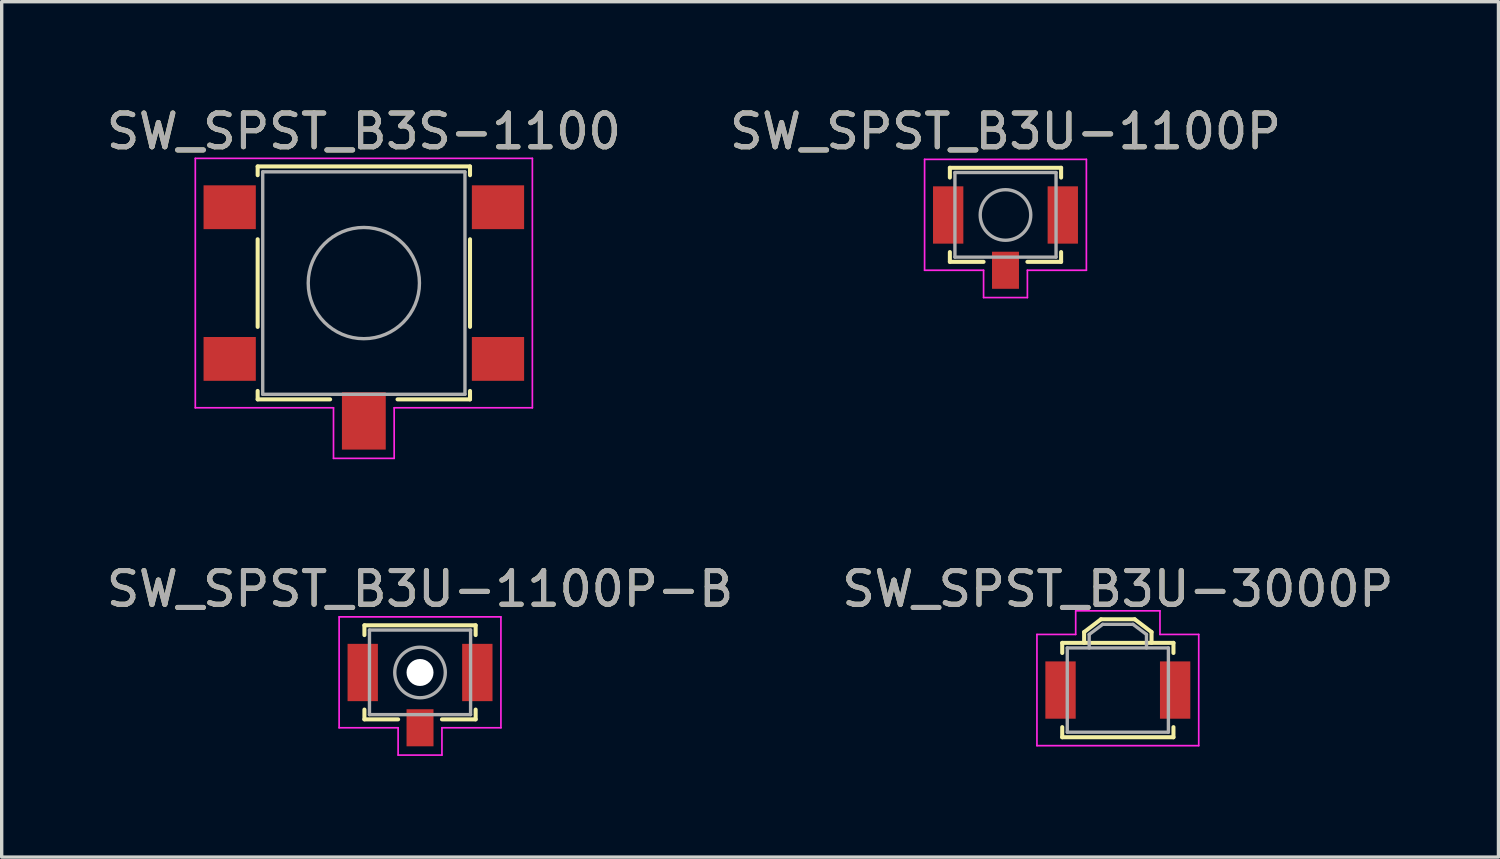
<source format=kicad_pcb>
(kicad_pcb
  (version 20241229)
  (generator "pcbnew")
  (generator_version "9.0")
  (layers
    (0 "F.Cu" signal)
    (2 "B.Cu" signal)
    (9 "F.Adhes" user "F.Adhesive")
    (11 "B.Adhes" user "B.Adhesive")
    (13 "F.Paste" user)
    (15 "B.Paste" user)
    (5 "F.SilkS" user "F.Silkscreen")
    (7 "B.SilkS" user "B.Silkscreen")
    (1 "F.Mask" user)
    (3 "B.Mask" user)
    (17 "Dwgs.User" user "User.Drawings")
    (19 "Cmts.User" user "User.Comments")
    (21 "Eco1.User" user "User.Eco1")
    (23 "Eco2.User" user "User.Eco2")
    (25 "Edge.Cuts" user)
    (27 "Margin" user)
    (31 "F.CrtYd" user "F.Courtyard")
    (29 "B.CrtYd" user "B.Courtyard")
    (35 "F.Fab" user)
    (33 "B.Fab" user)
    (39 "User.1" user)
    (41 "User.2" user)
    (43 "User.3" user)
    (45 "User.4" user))
  (footprint "SW_SPST_B3U-1100P-B"
    (layer "F.Cu")
    (at 9.411 17.721)
    (property "Reference" "SW_SPST_B3U-1100P-B" (at 0 -3.3 0) (layer "F.SilkS") (effects (font (size 1 1) (thickness 0.15))))
    (attr smd)
    (fp_line (start -1.65 -2.22) (end 1.65 -2.22) (stroke (width 0.12) (type solid)) (layer "F.SilkS"))
    (fp_line (start -1.65 -1.93) (end -1.65 -2.22) (stroke (width 0.12) (type solid)) (layer "F.SilkS"))
    (fp_line (start -1.65 0.28) (end -1.65 0.57) (stroke (width 0.12) (type solid)) (layer "F.SilkS"))
    (fp_line (start -1.65 0.57) (end -0.65 0.57) (stroke (width 0.12) (type solid)) (layer "F.SilkS"))
    (fp_line (start 1.65 -2.22) (end 1.65 -1.93) (stroke (width 0.12) (type solid)) (layer "F.SilkS"))
    (fp_line (start 1.65 0.57) (end 0.65 0.57) (stroke (width 0.12) (type solid)) (layer "F.SilkS"))
    (fp_line (start 1.65 0.57) (end 1.65 0.28) (stroke (width 0.12) (type solid)) (layer "F.SilkS"))
    (fp_line (start -2.4 -2.47) (end -2.4 0.82) (stroke (width 0.05) (type solid)) (layer "F.CrtYd"))
    (fp_line (start -2.4 0.82) (end -0.65 0.82) (stroke (width 0.05) (type solid)) (layer "F.CrtYd"))
    (fp_line (start -0.65 0.82) (end -0.65 1.63) (stroke (width 0.05) (type solid)) (layer "F.CrtYd"))
    (fp_line (start -0.65 1.63) (end 0.65 1.63) (stroke (width 0.05) (type solid)) (layer "F.CrtYd"))
    (fp_line (start 0.65 0.82) (end 2.4 0.82) (stroke (width 0.05) (type solid)) (layer "F.CrtYd"))
    (fp_line (start 0.65 1.63) (end 0.65 0.82) (stroke (width 0.05) (type solid)) (layer "F.CrtYd"))
    (fp_line (start 2.4 -2.47) (end -2.4 -2.47) (stroke (width 0.05) (type solid)) (layer "F.CrtYd"))
    (fp_line (start 2.4 0.82) (end 2.4 -2.47) (stroke (width 0.05) (type solid)) (layer "F.CrtYd"))
    (fp_line (start -1.5 -2.08) (end 1.5 -2.08) (stroke (width 0.1) (type solid)) (layer "F.Fab"))
    (fp_line (start -1.5 0.43) (end -1.5 -2.08) (stroke (width 0.1) (type solid)) (layer "F.Fab"))
    (fp_line (start 1.5 -2.08) (end 1.5 0.43) (stroke (width 0.1) (type solid)) (layer "F.Fab"))
    (fp_line (start 1.5 0.43) (end -1.5 0.43) (stroke (width 0.1) (type solid)) (layer "F.Fab"))
    (fp_circle (center 0 -0.82) (end 0.75 -0.82) (stroke (width 0.1) (type solid)) (fill no) (layer "F.Fab"))
    (fp_text user "${REFERENCE}" (at 0 -3.3 0) (layer "F.Fab") (effects (font (size 1 1) (thickness 0.15))))
    (pad "" np_thru_hole circle (at 0 -0.82) (size 0.8 0.8) (drill 0.8) (layers "*.Cu" "*.Mask"))
    (pad "1" smd rect (at -1.7 -0.82) (size 0.9 1.7) (layers "F.Cu" "F.Mask" "F.Paste"))
    (pad "2" smd rect (at 1.7 -0.82) (size 0.9 1.7) (layers "F.Cu" "F.Mask" "F.Paste"))
    (pad "3" smd rect (at 0 0.82) (size 0.8 1.1) (layers "F.Cu" "F.Mask" "F.Paste")))
  (footprint "SW_SPST_B3U-1100P"
    (layer "F.Cu")
    (at 26.78 4.148)
    (property "Reference" "SW_SPST_B3U-1100P" (at 0 -3.3 0) (layer "F.SilkS") (effects (font (size 1 1) (thickness 0.15))))
    (attr smd)
    (fp_line (start -1.65 -2.22) (end 1.65 -2.22) (stroke (width 0.12) (type solid)) (layer "F.SilkS"))
    (fp_line (start -1.65 -1.93) (end -1.65 -2.22) (stroke (width 0.12) (type solid)) (layer "F.SilkS"))
    (fp_line (start -1.65 0.28) (end -1.65 0.57) (stroke (width 0.12) (type solid)) (layer "F.SilkS"))
    (fp_line (start -1.65 0.57) (end -0.65 0.57) (stroke (width 0.12) (type solid)) (layer "F.SilkS"))
    (fp_line (start 1.65 -2.22) (end 1.65 -1.93) (stroke (width 0.12) (type solid)) (layer "F.SilkS"))
    (fp_line (start 1.65 0.57) (end 0.65 0.57) (stroke (width 0.12) (type solid)) (layer "F.SilkS"))
    (fp_line (start 1.65 0.57) (end 1.65 0.28) (stroke (width 0.12) (type solid)) (layer "F.SilkS"))
    (fp_line (start -2.4 -2.47) (end -2.4 0.82) (stroke (width 0.05) (type solid)) (layer "F.CrtYd"))
    (fp_line (start -2.4 0.82) (end -0.65 0.82) (stroke (width 0.05) (type solid)) (layer "F.CrtYd"))
    (fp_line (start -0.65 0.82) (end -0.65 1.63) (stroke (width 0.05) (type solid)) (layer "F.CrtYd"))
    (fp_line (start -0.65 1.63) (end 0.65 1.63) (stroke (width 0.05) (type solid)) (layer "F.CrtYd"))
    (fp_line (start 0.65 0.82) (end 2.4 0.82) (stroke (width 0.05) (type solid)) (layer "F.CrtYd"))
    (fp_line (start 0.65 1.63) (end 0.65 0.82) (stroke (width 0.05) (type solid)) (layer "F.CrtYd"))
    (fp_line (start 2.4 -2.47) (end -2.4 -2.47) (stroke (width 0.05) (type solid)) (layer "F.CrtYd"))
    (fp_line (start 2.4 0.82) (end 2.4 -2.47) (stroke (width 0.05) (type solid)) (layer "F.CrtYd"))
    (fp_line (start -1.5 -2.08) (end 1.5 -2.08) (stroke (width 0.1) (type solid)) (layer "F.Fab"))
    (fp_line (start -1.5 0.43) (end -1.5 -2.08) (stroke (width 0.1) (type solid)) (layer "F.Fab"))
    (fp_line (start 1.5 -2.08) (end 1.5 0.43) (stroke (width 0.1) (type solid)) (layer "F.Fab"))
    (fp_line (start 1.5 0.43) (end -1.5 0.43) (stroke (width 0.1) (type solid)) (layer "F.Fab"))
    (fp_circle (center 0 -0.82) (end 0.75 -0.82) (stroke (width 0.1) (type solid)) (fill no) (layer "F.Fab"))
    (fp_text user "${REFERENCE}" (at 0 -3.3 0) (layer "F.Fab") (effects (font (size 1 1) (thickness 0.15))))
    (pad "1" smd rect (at -1.7 -0.82) (size 0.9 1.7) (layers "F.Cu" "F.Mask" "F.Paste"))
    (pad "2" smd rect (at 1.7 -0.82) (size 0.9 1.7) (layers "F.Cu" "F.Mask" "F.Paste"))
    (pad "3" smd rect (at 0 0.82) (size 0.8 1.1) (layers "F.Cu" "F.Mask" "F.Paste")))
  (footprint "SW_SPST_B3U-3000P"
    (layer "F.Cu")
    (at 30.113 17.422)
    (property "Reference" "SW_SPST_B3U-3000P" (at 0 -3 0) (layer "F.SilkS") (effects (font (size 1 1) (thickness 0.15))))
    (attr smd)
    (fp_line (start -1.65 -1.4) (end 1.65 -1.4) (stroke (width 0.12) (type solid)) (layer "F.SilkS"))
    (fp_line (start -1.65 -1.1) (end -1.65 -1.4) (stroke (width 0.12) (type solid)) (layer "F.SilkS"))
    (fp_line (start -1.65 1.1) (end -1.65 1.4) (stroke (width 0.12) (type solid)) (layer "F.SilkS"))
    (fp_line (start -1.65 1.4) (end 1.65 1.4) (stroke (width 0.12) (type solid)) (layer "F.SilkS"))
    (fp_line (start -1 -1.72) (end -1 -1.4) (stroke (width 0.12) (type solid)) (layer "F.SilkS"))
    (fp_line (start -0.5 -2.1) (end -1 -1.72) (stroke (width 0.12) (type solid)) (layer "F.SilkS"))
    (fp_line (start -0.5 -2.1) (end 0.5 -2.1) (stroke (width 0.12) (type solid)) (layer "F.SilkS"))
    (fp_line (start 0.5 -2.1) (end 1 -1.72) (stroke (width 0.12) (type solid)) (layer "F.SilkS"))
    (fp_line (start 1 -1.72) (end 1 -1.4) (stroke (width 0.12) (type solid)) (layer "F.SilkS"))
    (fp_line (start 1.65 -1.4) (end 1.65 -1.1) (stroke (width 0.12) (type solid)) (layer "F.SilkS"))
    (fp_line (start 1.65 1.4) (end 1.65 1.1) (stroke (width 0.12) (type solid)) (layer "F.SilkS"))
    (fp_line (start -2.4 -1.65) (end -2.4 1.65) (stroke (width 0.05) (type solid)) (layer "F.CrtYd"))
    (fp_line (start -2.4 1.65) (end 2.4 1.65) (stroke (width 0.05) (type solid)) (layer "F.CrtYd"))
    (fp_line (start -1.25 -2.35) (end 1.25 -2.35) (stroke (width 0.05) (type solid)) (layer "F.CrtYd"))
    (fp_line (start -1.25 -1.65) (end -2.4 -1.65) (stroke (width 0.05) (type solid)) (layer "F.CrtYd"))
    (fp_line (start -1.25 -1.65) (end -1.25 -2.35) (stroke (width 0.05) (type solid)) (layer "F.CrtYd"))
    (fp_line (start 1.25 -2.35) (end 1.25 -1.65) (stroke (width 0.05) (type solid)) (layer "F.CrtYd"))
    (fp_line (start 1.25 -1.65) (end 2.4 -1.65) (stroke (width 0.05) (type solid)) (layer "F.CrtYd"))
    (fp_line (start 2.4 1.65) (end 2.4 -1.65) (stroke (width 0.05) (type solid)) (layer "F.CrtYd"))
    (fp_line (start -1.5 -1.25) (end 1.5 -1.25) (stroke (width 0.1) (type solid)) (layer "F.Fab"))
    (fp_line (start -1.5 1.25) (end -1.5 -1.25) (stroke (width 0.1) (type solid)) (layer "F.Fab"))
    (fp_line (start -0.85 -1.65) (end -0.45 -1.95) (stroke (width 0.1) (type solid)) (layer "F.Fab"))
    (fp_line (start -0.85 -1.25) (end -0.85 -1.65) (stroke (width 0.1) (type solid)) (layer "F.Fab"))
    (fp_line (start -0.45 -1.95) (end 0.45 -1.95) (stroke (width 0.1) (type solid)) (layer "F.Fab"))
    (fp_line (start 0.45 -1.95) (end 0.85 -1.65) (stroke (width 0.1) (type solid)) (layer "F.Fab"))
    (fp_line (start 0.85 -1.65) (end 0.85 -1.25) (stroke (width 0.1) (type solid)) (layer "F.Fab"))
    (fp_line (start 1.5 -1.25) (end 1.5 1.25) (stroke (width 0.1) (type solid)) (layer "F.Fab"))
    (fp_line (start 1.5 1.25) (end -1.5 1.25) (stroke (width 0.1) (type solid)) (layer "F.Fab"))
    (fp_text user "${REFERENCE}" (at 0 -3 0) (layer "F.Fab") (effects (font (size 1 1) (thickness 0.15))))
    (pad "1" smd rect (at -1.7 0) (size 0.9 1.7) (layers "F.Cu" "F.Mask" "F.Paste"))
    (pad "2" smd rect (at 1.7 0) (size 0.9 1.7) (layers "F.Cu" "F.Mask" "F.Paste")))
  (footprint "SW_SPST_B3S-1100"
    (layer "F.Cu")
    (at 7.744 6.268)
    (property "Reference" "SW_SPST_B3S-1100" (at 0 -5.42 0) (layer "F.SilkS") (effects (font (size 1 1) (thickness 0.15))))
    (attr smd)
    (fp_line (start -3.15 -4.38) (end 3.15 -4.38) (stroke (width 0.12) (type solid)) (layer "F.SilkS"))
    (fp_line (start -3.15 -4.12) (end -3.15 -4.38) (stroke (width 0.12) (type solid)) (layer "F.SilkS"))
    (fp_line (start -3.15 0.38) (end -3.15 -2.22) (stroke (width 0.12) (type solid)) (layer "F.SilkS"))
    (fp_line (start -3.15 2.53) (end -3.15 2.28) (stroke (width 0.12) (type solid)) (layer "F.SilkS"))
    (fp_line (start -3.15 2.53) (end -1 2.53) (stroke (width 0.12) (type solid)) (layer "F.SilkS"))
    (fp_line (start 3.15 -4.38) (end 3.15 -4.12) (stroke (width 0.12) (type solid)) (layer "F.SilkS"))
    (fp_line (start 3.15 -2.22) (end 3.15 0.38) (stroke (width 0.12) (type solid)) (layer "F.SilkS"))
    (fp_line (start 3.15 2.28) (end 3.15 2.53) (stroke (width 0.12) (type solid)) (layer "F.SilkS"))
    (fp_line (start 3.15 2.53) (end 1 2.53) (stroke (width 0.12) (type solid)) (layer "F.SilkS"))
    (fp_line (start -5 -4.62) (end -5 2.78) (stroke (width 0.05) (type solid)) (layer "F.CrtYd"))
    (fp_line (start -5 2.78) (end -0.9 2.78) (stroke (width 0.05) (type solid)) (layer "F.CrtYd"))
    (fp_line (start -0.9 2.78) (end -0.9 4.28) (stroke (width 0.05) (type solid)) (layer "F.CrtYd"))
    (fp_line (start -0.9 4.28) (end 0.9 4.28) (stroke (width 0.05) (type solid)) (layer "F.CrtYd"))
    (fp_line (start 0.9 4.28) (end 0.9 2.78) (stroke (width 0.05) (type solid)) (layer "F.CrtYd"))
    (fp_line (start 5 -4.62) (end -5 -4.62) (stroke (width 0.05) (type solid)) (layer "F.CrtYd"))
    (fp_line (start 5 2.78) (end 0.9 2.78) (stroke (width 0.05) (type solid)) (layer "F.CrtYd"))
    (fp_line (start 5 2.78) (end 5 -4.62) (stroke (width 0.05) (type solid)) (layer "F.CrtYd"))
    (fp_line (start -3 -4.22) (end 3 -4.22) (stroke (width 0.1) (type solid)) (layer "F.Fab"))
    (fp_line (start -3 2.38) (end -3 -4.22) (stroke (width 0.1) (type solid)) (layer "F.Fab"))
    (fp_line (start 3 -4.22) (end 3 2.38) (stroke (width 0.1) (type solid)) (layer "F.Fab"))
    (fp_line (start 3 2.38) (end -3 2.38) (stroke (width 0.1) (type solid)) (layer "F.Fab"))
    (fp_circle (center 0 -0.92) (end 1.65 -0.92) (stroke (width 0.1) (type solid)) (fill no) (layer "F.Fab"))
    (fp_text user "${REFERENCE}" (at 0 -5.42 0) (layer "F.Fab") (effects (font (size 1 1) (thickness 0.15))))
    (pad "1" smd rect (at -3.98 -3.17) (size 1.55 1.3) (layers "F.Cu" "F.Mask" "F.Paste"))
    (pad "1" smd rect (at 3.98 -3.17) (size 1.55 1.3) (layers "F.Cu" "F.Mask" "F.Paste"))
    (pad "2" smd rect (at -3.98 1.33) (size 1.55 1.3) (layers "F.Cu" "F.Mask" "F.Paste"))
    (pad "2" smd rect (at 3.98 1.33) (size 1.55 1.3) (layers "F.Cu" "F.Mask" "F.Paste"))
    (pad "3" smd rect (at 0 3.17) (size 1.3 1.7) (layers "F.Cu" "F.Mask" "F.Paste")))
  (gr_rect
    (start -3 -3)
    (end 41.405 22.377)
    (stroke (width 0.1) (type default))
    (fill no)
    (layer "Edge.Cuts")))
</source>
